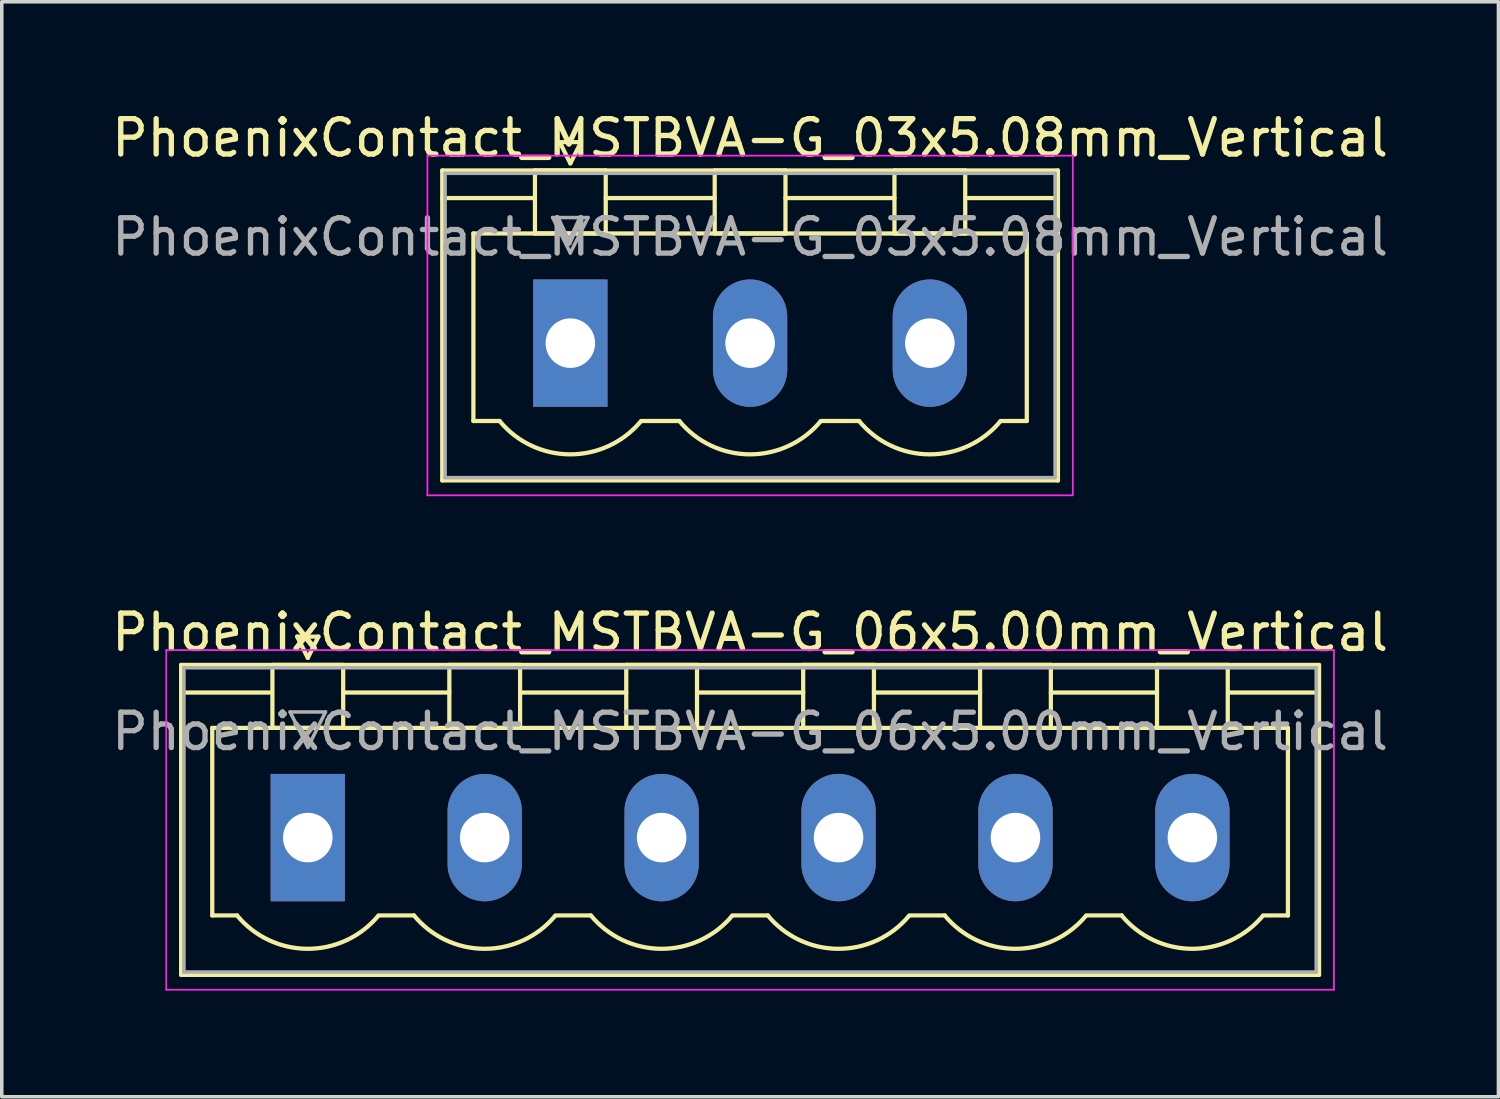
<source format=kicad_pcb>
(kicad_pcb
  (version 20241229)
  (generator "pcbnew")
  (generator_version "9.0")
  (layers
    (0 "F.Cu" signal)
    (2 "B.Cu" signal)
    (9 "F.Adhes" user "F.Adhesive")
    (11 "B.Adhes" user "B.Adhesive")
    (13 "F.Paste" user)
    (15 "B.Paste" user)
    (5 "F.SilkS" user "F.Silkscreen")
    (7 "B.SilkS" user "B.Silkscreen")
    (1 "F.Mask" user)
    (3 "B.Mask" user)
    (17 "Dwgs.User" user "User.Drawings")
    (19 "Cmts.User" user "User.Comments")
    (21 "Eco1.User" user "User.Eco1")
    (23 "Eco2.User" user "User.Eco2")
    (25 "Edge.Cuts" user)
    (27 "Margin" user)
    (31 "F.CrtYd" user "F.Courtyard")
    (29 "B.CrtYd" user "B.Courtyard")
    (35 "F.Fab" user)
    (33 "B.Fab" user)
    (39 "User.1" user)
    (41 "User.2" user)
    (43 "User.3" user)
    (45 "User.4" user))
  (footprint "PhoenixContact_MSTBVA-G_06x5.00mm_Vertical"
    (layer "F.Cu")
    (at 5.649 20.622)
    (property "Reference" "PhoenixContact_MSTBVA-G_06x5.00mm_Vertical" (at 12.5 -5.8 0) (layer "F.SilkS") (effects (font (size 1 1) (thickness 0.15))))
    (attr through_hole)
    (fp_line (start -3.58 -4.88) (end -3.58 3.88) (stroke (width 0.12) (type solid)) (layer "F.SilkS"))
    (fp_line (start -3.58 -4.1) (end -1.08 -4.1) (stroke (width 0.12) (type solid)) (layer "F.SilkS"))
    (fp_line (start -3.58 3.88) (end 28.58 3.88) (stroke (width 0.12) (type solid)) (layer "F.SilkS"))
    (fp_line (start -2.7 -3.1) (end 27.7 -3.1) (stroke (width 0.12) (type solid)) (layer "F.SilkS"))
    (fp_line (start -2.7 2.2) (end -2.7 -3.1) (stroke (width 0.12) (type solid)) (layer "F.SilkS"))
    (fp_line (start -2 2.2) (end -2.7 2.2) (stroke (width 0.12) (type solid)) (layer "F.SilkS"))
    (fp_line (start -1 -4.88) (end 1 -4.88) (stroke (width 0.12) (type solid)) (layer "F.SilkS"))
    (fp_line (start -1 -3.1) (end -1 -4.88) (stroke (width 0.12) (type solid)) (layer "F.SilkS"))
    (fp_line (start -0.3 -5.68) (end 0.3 -5.68) (stroke (width 0.12) (type solid)) (layer "F.SilkS"))
    (fp_line (start 0 -5.08) (end -0.3 -5.68) (stroke (width 0.12) (type solid)) (layer "F.SilkS"))
    (fp_line (start 0.3 -5.68) (end 0 -5.08) (stroke (width 0.12) (type solid)) (layer "F.SilkS"))
    (fp_line (start 1 -4.88) (end 1 -3.1) (stroke (width 0.12) (type solid)) (layer "F.SilkS"))
    (fp_line (start 1 -4.1) (end 4 -4.1) (stroke (width 0.12) (type solid)) (layer "F.SilkS"))
    (fp_line (start 1 -3.1) (end -1 -3.1) (stroke (width 0.12) (type solid)) (layer "F.SilkS"))
    (fp_line (start 2 2.2) (end 3 2.2) (stroke (width 0.12) (type solid)) (layer "F.SilkS"))
    (fp_line (start 4 -4.88) (end 6 -4.88) (stroke (width 0.12) (type solid)) (layer "F.SilkS"))
    (fp_line (start 4 -3.1) (end 4 -4.88) (stroke (width 0.12) (type solid)) (layer "F.SilkS"))
    (fp_line (start 6 -4.88) (end 6 -3.1) (stroke (width 0.12) (type solid)) (layer "F.SilkS"))
    (fp_line (start 6 -4.1) (end 9 -4.1) (stroke (width 0.12) (type solid)) (layer "F.SilkS"))
    (fp_line (start 6 -3.1) (end 4 -3.1) (stroke (width 0.12) (type solid)) (layer "F.SilkS"))
    (fp_line (start 7 2.2) (end 8 2.2) (stroke (width 0.12) (type solid)) (layer "F.SilkS"))
    (fp_line (start 9 -4.88) (end 11 -4.88) (stroke (width 0.12) (type solid)) (layer "F.SilkS"))
    (fp_line (start 9 -3.1) (end 9 -4.88) (stroke (width 0.12) (type solid)) (layer "F.SilkS"))
    (fp_line (start 11 -4.88) (end 11 -3.1) (stroke (width 0.12) (type solid)) (layer "F.SilkS"))
    (fp_line (start 11 -4.1) (end 14 -4.1) (stroke (width 0.12) (type solid)) (layer "F.SilkS"))
    (fp_line (start 11 -3.1) (end 9 -3.1) (stroke (width 0.12) (type solid)) (layer "F.SilkS"))
    (fp_line (start 12 2.2) (end 13 2.2) (stroke (width 0.12) (type solid)) (layer "F.SilkS"))
    (fp_line (start 14 -4.88) (end 16 -4.88) (stroke (width 0.12) (type solid)) (layer "F.SilkS"))
    (fp_line (start 14 -3.1) (end 14 -4.88) (stroke (width 0.12) (type solid)) (layer "F.SilkS"))
    (fp_line (start 16 -4.88) (end 16 -3.1) (stroke (width 0.12) (type solid)) (layer "F.SilkS"))
    (fp_line (start 16 -4.1) (end 19 -4.1) (stroke (width 0.12) (type solid)) (layer "F.SilkS"))
    (fp_line (start 16 -3.1) (end 14 -3.1) (stroke (width 0.12) (type solid)) (layer "F.SilkS"))
    (fp_line (start 17 2.2) (end 18 2.2) (stroke (width 0.12) (type solid)) (layer "F.SilkS"))
    (fp_line (start 19 -4.88) (end 21 -4.88) (stroke (width 0.12) (type solid)) (layer "F.SilkS"))
    (fp_line (start 19 -3.1) (end 19 -4.88) (stroke (width 0.12) (type solid)) (layer "F.SilkS"))
    (fp_line (start 21 -4.88) (end 21 -3.1) (stroke (width 0.12) (type solid)) (layer "F.SilkS"))
    (fp_line (start 21 -4.1) (end 24 -4.1) (stroke (width 0.12) (type solid)) (layer "F.SilkS"))
    (fp_line (start 21 -3.1) (end 19 -3.1) (stroke (width 0.12) (type solid)) (layer "F.SilkS"))
    (fp_line (start 22 2.2) (end 23 2.2) (stroke (width 0.12) (type solid)) (layer "F.SilkS"))
    (fp_line (start 24 -4.88) (end 26 -4.88) (stroke (width 0.12) (type solid)) (layer "F.SilkS"))
    (fp_line (start 24 -3.1) (end 24 -4.88) (stroke (width 0.12) (type solid)) (layer "F.SilkS"))
    (fp_line (start 26 -4.88) (end 26 -3.1) (stroke (width 0.12) (type solid)) (layer "F.SilkS"))
    (fp_line (start 26 -3.1) (end 24 -3.1) (stroke (width 0.12) (type solid)) (layer "F.SilkS"))
    (fp_line (start 27.7 -3.1) (end 27.7 2.2) (stroke (width 0.12) (type solid)) (layer "F.SilkS"))
    (fp_line (start 27.7 2.2) (end 27 2.2) (stroke (width 0.12) (type solid)) (layer "F.SilkS"))
    (fp_line (start 28.58 -4.88) (end -3.58 -4.88) (stroke (width 0.12) (type solid)) (layer "F.SilkS"))
    (fp_line (start 28.58 -4.1) (end 26.08 -4.1) (stroke (width 0.12) (type solid)) (layer "F.SilkS"))
    (fp_line (start 28.58 3.88) (end 28.58 -4.88) (stroke (width 0.12) (type solid)) (layer "F.SilkS"))
    (fp_arc (start 1.986842 2.215821) (mid -0.010289 3.142758) (end -2 2.2) (stroke (width 0.12) (type solid)) (layer "F.SilkS"))
    (fp_arc (start 6.986842 2.215821) (mid 4.989711 3.142758) (end 3 2.2) (stroke (width 0.12) (type solid)) (layer "F.SilkS"))
    (fp_arc (start 11.986842 2.215821) (mid 9.989711 3.142758) (end 8 2.2) (stroke (width 0.12) (type solid)) (layer "F.SilkS"))
    (fp_arc (start 16.986842 2.215821) (mid 14.989711 3.142758) (end 13 2.2) (stroke (width 0.12) (type solid)) (layer "F.SilkS"))
    (fp_arc (start 21.986842 2.215821) (mid 19.989711 3.142758) (end 18 2.2) (stroke (width 0.12) (type solid)) (layer "F.SilkS"))
    (fp_arc (start 26.986842 2.215821) (mid 24.989711 3.142758) (end 23 2.2) (stroke (width 0.12) (type solid)) (layer "F.SilkS"))
    (fp_line (start -4 -5.3) (end -4 4.3) (stroke (width 0.05) (type solid)) (layer "F.CrtYd"))
    (fp_line (start -4 4.3) (end 29 4.3) (stroke (width 0.05) (type solid)) (layer "F.CrtYd"))
    (fp_line (start 29 -5.3) (end -4 -5.3) (stroke (width 0.05) (type solid)) (layer "F.CrtYd"))
    (fp_line (start 29 4.3) (end 29 -5.3) (stroke (width 0.05) (type solid)) (layer "F.CrtYd"))
    (fp_line (start -3.5 -4.8) (end -3.5 3.8) (stroke (width 0.1) (type solid)) (layer "F.Fab"))
    (fp_line (start -3.5 3.8) (end 28.5 3.8) (stroke (width 0.1) (type solid)) (layer "F.Fab"))
    (fp_line (start -0.5 -3.55) (end 0.5 -3.55) (stroke (width 0.1) (type solid)) (layer "F.Fab"))
    (fp_line (start 0 -2.55) (end -0.5 -3.55) (stroke (width 0.1) (type solid)) (layer "F.Fab"))
    (fp_line (start 0.5 -3.55) (end 0 -2.55) (stroke (width 0.1) (type solid)) (layer "F.Fab"))
    (fp_line (start 28.5 -4.8) (end -3.5 -4.8) (stroke (width 0.1) (type solid)) (layer "F.Fab"))
    (fp_line (start 28.5 3.8) (end 28.5 -4.8) (stroke (width 0.1) (type solid)) (layer "F.Fab"))
    (fp_text user "${REFERENCE}" (at 12.5 -3 0) (layer "F.Fab") (effects (font (size 1 1) (thickness 0.15))))
    (pad "1" thru_hole rect (at 0 0) (size 2.1 3.6) (drill 1.4) (layers "*.Cu" "*.Mask"))
    (pad "2" thru_hole oval (at 5 0) (size 2.1 3.6) (drill 1.4) (layers "*.Cu" "*.Mask"))
    (pad "3" thru_hole oval (at 10 0) (size 2.1 3.6) (drill 1.4) (layers "*.Cu" "*.Mask"))
    (pad "4" thru_hole oval (at 15 0) (size 2.1 3.6) (drill 1.4) (layers "*.Cu" "*.Mask"))
    (pad "5" thru_hole oval (at 20 0) (size 2.1 3.6) (drill 1.4) (layers "*.Cu" "*.Mask"))
    (pad "6" thru_hole oval (at 25 0) (size 2.1 3.6) (drill 1.4) (layers "*.Cu" "*.Mask")))
  (footprint "PhoenixContact_MSTBVA-G_03x5.08mm_Vertical"
    (layer "F.Cu")
    (at 13.069 6.648)
    (property "Reference" "PhoenixContact_MSTBVA-G_03x5.08mm_Vertical" (at 5.08 -5.8 0) (layer "F.SilkS") (effects (font (size 1 1) (thickness 0.15))))
    (attr through_hole)
    (fp_line (start -3.62 -4.88) (end -3.62 3.88) (stroke (width 0.12) (type solid)) (layer "F.SilkS"))
    (fp_line (start -3.62 -4.1) (end -1.08 -4.1) (stroke (width 0.12) (type solid)) (layer "F.SilkS"))
    (fp_line (start -3.62 3.88) (end 13.78 3.88) (stroke (width 0.12) (type solid)) (layer "F.SilkS"))
    (fp_line (start -2.74 -3.1) (end 12.9 -3.1) (stroke (width 0.12) (type solid)) (layer "F.SilkS"))
    (fp_line (start -2.74 2.2) (end -2.74 -3.1) (stroke (width 0.12) (type solid)) (layer "F.SilkS"))
    (fp_line (start -2 2.2) (end -2.74 2.2) (stroke (width 0.12) (type solid)) (layer "F.SilkS"))
    (fp_line (start -1 -4.88) (end 1 -4.88) (stroke (width 0.12) (type solid)) (layer "F.SilkS"))
    (fp_line (start -1 -3.1) (end -1 -4.88) (stroke (width 0.12) (type solid)) (layer "F.SilkS"))
    (fp_line (start -0.3 -5.68) (end 0.3 -5.68) (stroke (width 0.12) (type solid)) (layer "F.SilkS"))
    (fp_line (start 0 -5.08) (end -0.3 -5.68) (stroke (width 0.12) (type solid)) (layer "F.SilkS"))
    (fp_line (start 0.3 -5.68) (end 0 -5.08) (stroke (width 0.12) (type solid)) (layer "F.SilkS"))
    (fp_line (start 1 -4.88) (end 1 -3.1) (stroke (width 0.12) (type solid)) (layer "F.SilkS"))
    (fp_line (start 1 -4.1) (end 4.08 -4.1) (stroke (width 0.12) (type solid)) (layer "F.SilkS"))
    (fp_line (start 1 -3.1) (end -1 -3.1) (stroke (width 0.12) (type solid)) (layer "F.SilkS"))
    (fp_line (start 2 2.2) (end 3.08 2.2) (stroke (width 0.12) (type solid)) (layer "F.SilkS"))
    (fp_line (start 4.08 -4.88) (end 6.08 -4.88) (stroke (width 0.12) (type solid)) (layer "F.SilkS"))
    (fp_line (start 4.08 -3.1) (end 4.08 -4.88) (stroke (width 0.12) (type solid)) (layer "F.SilkS"))
    (fp_line (start 6.08 -4.88) (end 6.08 -3.1) (stroke (width 0.12) (type solid)) (layer "F.SilkS"))
    (fp_line (start 6.08 -4.1) (end 9.16 -4.1) (stroke (width 0.12) (type solid)) (layer "F.SilkS"))
    (fp_line (start 6.08 -3.1) (end 4.08 -3.1) (stroke (width 0.12) (type solid)) (layer "F.SilkS"))
    (fp_line (start 7.08 2.2) (end 8.16 2.2) (stroke (width 0.12) (type solid)) (layer "F.SilkS"))
    (fp_line (start 9.16 -4.88) (end 11.16 -4.88) (stroke (width 0.12) (type solid)) (layer "F.SilkS"))
    (fp_line (start 9.16 -3.1) (end 9.16 -4.88) (stroke (width 0.12) (type solid)) (layer "F.SilkS"))
    (fp_line (start 11.16 -4.88) (end 11.16 -3.1) (stroke (width 0.12) (type solid)) (layer "F.SilkS"))
    (fp_line (start 11.16 -3.1) (end 9.16 -3.1) (stroke (width 0.12) (type solid)) (layer "F.SilkS"))
    (fp_line (start 12.9 -3.1) (end 12.9 2.2) (stroke (width 0.12) (type solid)) (layer "F.SilkS"))
    (fp_line (start 12.9 2.2) (end 12.16 2.2) (stroke (width 0.12) (type solid)) (layer "F.SilkS"))
    (fp_line (start 13.78 -4.88) (end -3.62 -4.88) (stroke (width 0.12) (type solid)) (layer "F.SilkS"))
    (fp_line (start 13.78 -4.1) (end 11.24 -4.1) (stroke (width 0.12) (type solid)) (layer "F.SilkS"))
    (fp_line (start 13.78 3.88) (end 13.78 -4.88) (stroke (width 0.12) (type solid)) (layer "F.SilkS"))
    (fp_arc (start 1.986842 2.215821) (mid -0.010289 3.142758) (end -2 2.2) (stroke (width 0.12) (type solid)) (layer "F.SilkS"))
    (fp_arc (start 7.066842 2.215821) (mid 5.069711 3.142758) (end 3.08 2.2) (stroke (width 0.12) (type solid)) (layer "F.SilkS"))
    (fp_arc (start 12.146842 2.215821) (mid 10.149711 3.142758) (end 8.16 2.2) (stroke (width 0.12) (type solid)) (layer "F.SilkS"))
    (fp_line (start -4.04 -5.3) (end -4.04 4.3) (stroke (width 0.05) (type solid)) (layer "F.CrtYd"))
    (fp_line (start -4.04 4.3) (end 14.2 4.3) (stroke (width 0.05) (type solid)) (layer "F.CrtYd"))
    (fp_line (start 14.2 -5.3) (end -4.04 -5.3) (stroke (width 0.05) (type solid)) (layer "F.CrtYd"))
    (fp_line (start 14.2 4.3) (end 14.2 -5.3) (stroke (width 0.05) (type solid)) (layer "F.CrtYd"))
    (fp_line (start -3.54 -4.8) (end -3.54 3.8) (stroke (width 0.1) (type solid)) (layer "F.Fab"))
    (fp_line (start -3.54 3.8) (end 13.7 3.8) (stroke (width 0.1) (type solid)) (layer "F.Fab"))
    (fp_line (start -0.5 -3.55) (end 0.5 -3.55) (stroke (width 0.1) (type solid)) (layer "F.Fab"))
    (fp_line (start 0 -2.55) (end -0.5 -3.55) (stroke (width 0.1) (type solid)) (layer "F.Fab"))
    (fp_line (start 0.5 -3.55) (end 0 -2.55) (stroke (width 0.1) (type solid)) (layer "F.Fab"))
    (fp_line (start 13.7 -4.8) (end -3.54 -4.8) (stroke (width 0.1) (type solid)) (layer "F.Fab"))
    (fp_line (start 13.7 3.8) (end 13.7 -4.8) (stroke (width 0.1) (type solid)) (layer "F.Fab"))
    (fp_text user "${REFERENCE}" (at 5.08 -3 0) (layer "F.Fab") (effects (font (size 1 1) (thickness 0.15))))
    (pad "1" thru_hole rect (at 0 0) (size 2.1 3.6) (drill 1.4) (layers "*.Cu" "*.Mask"))
    (pad "2" thru_hole oval (at 5.08 0) (size 2.1 3.6) (drill 1.4) (layers "*.Cu" "*.Mask"))
    (pad "3" thru_hole oval (at 10.16 0) (size 2.1 3.6) (drill 1.4) (layers "*.Cu" "*.Mask")))
  (gr_rect
    (start -3 -3)
    (end 39.298 27.947)
    (stroke (width 0.1) (type default))
    (fill no)
    (layer "Edge.Cuts")))
</source>
